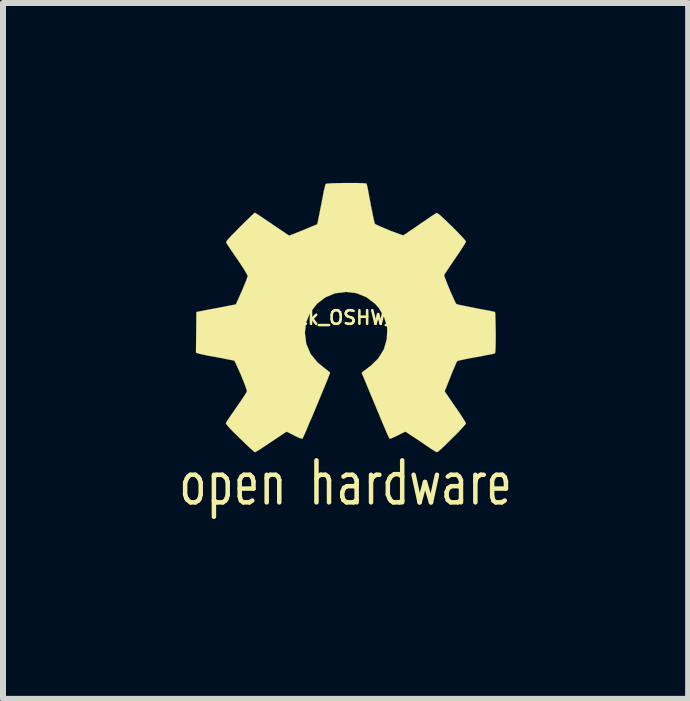
<source format=kicad_pcb>
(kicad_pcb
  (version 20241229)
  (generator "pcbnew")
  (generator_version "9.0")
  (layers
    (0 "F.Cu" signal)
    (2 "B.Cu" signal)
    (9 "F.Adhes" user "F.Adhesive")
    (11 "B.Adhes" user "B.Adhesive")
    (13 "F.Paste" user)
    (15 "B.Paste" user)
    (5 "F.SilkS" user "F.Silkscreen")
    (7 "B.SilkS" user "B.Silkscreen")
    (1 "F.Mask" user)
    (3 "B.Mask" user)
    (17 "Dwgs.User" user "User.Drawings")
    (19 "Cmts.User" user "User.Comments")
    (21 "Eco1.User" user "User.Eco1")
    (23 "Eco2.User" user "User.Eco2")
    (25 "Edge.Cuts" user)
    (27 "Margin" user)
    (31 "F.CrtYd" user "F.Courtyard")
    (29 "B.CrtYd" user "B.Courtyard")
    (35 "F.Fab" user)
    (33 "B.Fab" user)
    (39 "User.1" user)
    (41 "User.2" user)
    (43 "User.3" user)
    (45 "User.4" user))
  (footprint "logo-silk_OSHW_6x6mm"
    (layer "F.Cu")
    (at 2.717 2.247)
    (property "Reference" "logo-silk_OSHW_6x6mm" (at 0 0 0) (layer "F.SilkS") (effects (font (size 0.226 0.226) (thickness 0.043))))
    (attr through_hole)
    (fp_line (start -2.68 2.75) (end -2.68 2.95) (stroke (width 0.075) (type solid)) (layer "F.SilkS"))
    (fp_line (start -2.68 2.95) (end -2.66 3.01) (stroke (width 0.075) (type solid)) (layer "F.SilkS"))
    (fp_line (start -2.66 3.01) (end -2.64 3.04) (stroke (width 0.075) (type solid)) (layer "F.SilkS"))
    (fp_line (start -2.65 2.68) (end -2.68 2.75) (stroke (width 0.075) (type solid)) (layer "F.SilkS"))
    (fp_line (start -2.64 3.04) (end -2.59 3.08) (stroke (width 0.075) (type solid)) (layer "F.SilkS"))
    (fp_line (start -2.63 2.65) (end -2.65 2.68) (stroke (width 0.075) (type solid)) (layer "F.SilkS"))
    (fp_line (start -2.59 2.62) (end -2.63 2.65) (stroke (width 0.075) (type solid)) (layer "F.SilkS"))
    (fp_line (start -2.59 3.08) (end -2.51 3.08) (stroke (width 0.075) (type solid)) (layer "F.SilkS"))
    (fp_line (start -2.51 2.62) (end -2.59 2.62) (stroke (width 0.075) (type solid)) (layer "F.SilkS"))
    (fp_line (start -2.51 3.08) (end -2.46 3.05) (stroke (width 0.075) (type solid)) (layer "F.SilkS"))
    (fp_line (start -2.46 2.66) (end -2.51 2.62) (stroke (width 0.075) (type solid)) (layer "F.SilkS"))
    (fp_line (start -2.46 3.05) (end -2.44 3.02) (stroke (width 0.075) (type solid)) (layer "F.SilkS"))
    (fp_line (start -2.44 2.69) (end -2.46 2.66) (stroke (width 0.075) (type solid)) (layer "F.SilkS"))
    (fp_line (start -2.44 3.02) (end -2.42 2.95) (stroke (width 0.075) (type solid)) (layer "F.SilkS"))
    (fp_line (start -2.42 2.75) (end -2.44 2.69) (stroke (width 0.075) (type solid)) (layer "F.SilkS"))
    (fp_line (start -2.42 2.95) (end -2.42 2.75) (stroke (width 0.075) (type solid)) (layer "F.SilkS"))
    (fp_line (start -2.2 2.65) (end -2.16 2.62) (stroke (width 0.075) (type solid)) (layer "F.SilkS"))
    (fp_line (start -2.2 3.32) (end -2.2 2.62) (stroke (width 0.075) (type solid)) (layer "F.SilkS"))
    (fp_line (start -2.16 2.62) (end -2.06 2.62) (stroke (width 0.075) (type solid)) (layer "F.SilkS"))
    (fp_line (start -2.15 3.08) (end -2.2 3.05) (stroke (width 0.075) (type solid)) (layer "F.SilkS"))
    (fp_line (start -2.06 2.62) (end -2.02 2.65) (stroke (width 0.075) (type solid)) (layer "F.SilkS"))
    (fp_line (start -2.05 3.08) (end -2.15 3.08) (stroke (width 0.075) (type solid)) (layer "F.SilkS"))
    (fp_line (start -2.02 2.65) (end -1.99 2.68) (stroke (width 0.075) (type solid)) (layer "F.SilkS"))
    (fp_line (start -2.01 3.05) (end -2.05 3.08) (stroke (width 0.075) (type solid)) (layer "F.SilkS"))
    (fp_line (start -1.99 2.68) (end -1.97 2.74) (stroke (width 0.075) (type solid)) (layer "F.SilkS"))
    (fp_line (start -1.99 3.02) (end -2.01 3.05) (stroke (width 0.075) (type solid)) (layer "F.SilkS"))
    (fp_line (start -1.97 2.74) (end -1.97 2.96) (stroke (width 0.075) (type solid)) (layer "F.SilkS"))
    (fp_line (start -1.97 2.96) (end -1.99 3.02) (stroke (width 0.075) (type solid)) (layer "F.SilkS"))
    (fp_line (start -1.77 2.71) (end -1.77 2.98) (stroke (width 0.075) (type solid)) (layer "F.SilkS"))
    (fp_line (start -1.77 2.98) (end -1.75 3.05) (stroke (width 0.075) (type solid)) (layer "F.SilkS"))
    (fp_line (start -1.75 3.05) (end -1.71 3.08) (stroke (width 0.075) (type solid)) (layer "F.SilkS"))
    (fp_line (start -1.74 2.65) (end -1.77 2.71) (stroke (width 0.075) (type solid)) (layer "F.SilkS"))
    (fp_line (start -1.71 3.08) (end -1.61 3.08) (stroke (width 0.075) (type solid)) (layer "F.SilkS"))
    (fp_line (start -1.7 2.62) (end -1.74 2.65) (stroke (width 0.075) (type solid)) (layer "F.SilkS"))
    (fp_line (start -1.61 3.08) (end -1.56 3.05) (stroke (width 0.075) (type solid)) (layer "F.SilkS"))
    (fp_line (start -1.6 2.62) (end -1.7 2.62) (stroke (width 0.075) (type solid)) (layer "F.SilkS"))
    (fp_line (start -1.56 2.66) (end -1.6 2.62) (stroke (width 0.075) (type solid)) (layer "F.SilkS"))
    (fp_line (start -1.54 2.73) (end -1.56 2.66) (stroke (width 0.075) (type solid)) (layer "F.SilkS"))
    (fp_line (start -1.54 2.85) (end -1.77 2.85) (stroke (width 0.075) (type solid)) (layer "F.SilkS"))
    (fp_line (start -1.54 2.85) (end -1.54 2.73) (stroke (width 0.075) (type solid)) (layer "F.SilkS"))
    (fp_line (start -1.32 2.62) (end -1.32 3.08) (stroke (width 0.075) (type solid)) (layer "F.SilkS"))
    (fp_line (start -1.32 2.68) (end -1.3 2.65) (stroke (width 0.075) (type solid)) (layer "F.SilkS"))
    (fp_line (start -1.3 2.65) (end -1.26 2.62) (stroke (width 0.075) (type solid)) (layer "F.SilkS"))
    (fp_line (start -1.26 2.62) (end -1.17 2.62) (stroke (width 0.075) (type solid)) (layer "F.SilkS"))
    (fp_line (start -1.17 2.62) (end -1.13 2.65) (stroke (width 0.075) (type solid)) (layer "F.SilkS"))
    (fp_line (start -1.13 2.65) (end -1.11 2.71) (stroke (width 0.075) (type solid)) (layer "F.SilkS"))
    (fp_line (start -1.11 2.71) (end -1.11 3.08) (stroke (width 0.075) (type solid)) (layer "F.SilkS"))
    (fp_line (start -0.49 2.38) (end -0.49 3.08) (stroke (width 0.075) (type solid)) (layer "F.SilkS"))
    (fp_line (start -0.49 2.69) (end -0.47 2.65) (stroke (width 0.075) (type solid)) (layer "F.SilkS"))
    (fp_line (start -0.47 2.65) (end -0.42 2.62) (stroke (width 0.075) (type solid)) (layer "F.SilkS"))
    (fp_line (start -0.42 2.62) (end -0.34 2.62) (stroke (width 0.075) (type solid)) (layer "F.SilkS"))
    (fp_line (start -0.34 2.62) (end -0.3 2.65) (stroke (width 0.075) (type solid)) (layer "F.SilkS"))
    (fp_line (start -0.3 2.65) (end -0.28 2.71) (stroke (width 0.075) (type solid)) (layer "F.SilkS"))
    (fp_line (start -0.28 2.71) (end -0.28 3.08) (stroke (width 0.075) (type solid)) (layer "F.SilkS"))
    (fp_line (start -0.06 2.91) (end -0.06 2.98) (stroke (width 0.075) (type solid)) (layer "F.SilkS"))
    (fp_line (start -0.06 2.98) (end -0.04 3.04) (stroke (width 0.075) (type solid)) (layer "F.SilkS"))
    (fp_line (start -0.04 2.65) (end 0.01 2.62) (stroke (width 0.075) (type solid)) (layer "F.SilkS"))
    (fp_line (start -0.04 3.04) (end 0.01 3.08) (stroke (width 0.075) (type solid)) (layer "F.SilkS"))
    (fp_line (start -0.03 2.84) (end -0.06 2.91) (stroke (width 0.075) (type solid)) (layer "F.SilkS"))
    (fp_line (start 0.01 2.62) (end 0.11 2.62) (stroke (width 0.075) (type solid)) (layer "F.SilkS"))
    (fp_line (start 0.01 3.08) (end 0.13 3.08) (stroke (width 0.075) (type solid)) (layer "F.SilkS"))
    (fp_line (start 0.02 2.81) (end -0.03 2.84) (stroke (width 0.075) (type solid)) (layer "F.SilkS"))
    (fp_line (start 0.11 2.62) (end 0.15 2.65) (stroke (width 0.075) (type solid)) (layer "F.SilkS"))
    (fp_line (start 0.13 3.08) (end 0.18 3.04) (stroke (width 0.075) (type solid)) (layer "F.SilkS"))
    (fp_line (start 0.14 2.81) (end 0.02 2.81) (stroke (width 0.075) (type solid)) (layer "F.SilkS"))
    (fp_line (start 0.15 2.65) (end 0.18 2.71) (stroke (width 0.075) (type solid)) (layer "F.SilkS"))
    (fp_line (start 0.18 2.71) (end 0.18 3.08) (stroke (width 0.075) (type solid)) (layer "F.SilkS"))
    (fp_line (start 0.18 2.78) (end 0.14 2.81) (stroke (width 0.075) (type solid)) (layer "F.SilkS"))
    (fp_line (start 0.42 2.62) (end 0.42 3.08) (stroke (width 0.075) (type solid)) (layer "F.SilkS"))
    (fp_line (start 0.42 2.74) (end 0.44 2.67) (stroke (width 0.075) (type solid)) (layer "F.SilkS"))
    (fp_line (start 0.44 2.67) (end 0.46 2.65) (stroke (width 0.075) (type solid)) (layer "F.SilkS"))
    (fp_line (start 0.46 2.65) (end 0.51 2.62) (stroke (width 0.075) (type solid)) (layer "F.SilkS"))
    (fp_line (start 0.51 2.62) (end 0.56 2.62) (stroke (width 0.075) (type solid)) (layer "F.SilkS"))
    (fp_line (start 0.7 2.75) (end 0.73 2.68) (stroke (width 0.075) (type solid)) (layer "F.SilkS"))
    (fp_line (start 0.7 2.95) (end 0.7 2.75) (stroke (width 0.075) (type solid)) (layer "F.SilkS"))
    (fp_line (start 0.73 2.68) (end 0.75 2.65) (stroke (width 0.075) (type solid)) (layer "F.SilkS"))
    (fp_line (start 0.73 3.02) (end 0.7 2.95) (stroke (width 0.075) (type solid)) (layer "F.SilkS"))
    (fp_line (start 0.75 2.65) (end 0.81 2.61) (stroke (width 0.075) (type solid)) (layer "F.SilkS"))
    (fp_line (start 0.75 3.05) (end 0.73 3.02) (stroke (width 0.075) (type solid)) (layer "F.SilkS"))
    (fp_line (start 0.79 3.08) (end 0.75 3.05) (stroke (width 0.075) (type solid)) (layer "F.SilkS"))
    (fp_line (start 0.81 2.61) (end 0.88 2.61) (stroke (width 0.075) (type solid)) (layer "F.SilkS"))
    (fp_line (start 0.88 2.61) (end 0.94 2.65) (stroke (width 0.075) (type solid)) (layer "F.SilkS"))
    (fp_line (start 0.9 3.08) (end 0.79 3.08) (stroke (width 0.075) (type solid)) (layer "F.SilkS"))
    (fp_line (start 0.94 2.38) (end 0.94 3.08) (stroke (width 0.075) (type solid)) (layer "F.SilkS"))
    (fp_line (start 0.94 3.05) (end 0.9 3.08) (stroke (width 0.075) (type solid)) (layer "F.SilkS"))
    (fp_line (start 1.13 2.62) (end 1.23 3.08) (stroke (width 0.075) (type solid)) (layer "F.SilkS"))
    (fp_line (start 1.23 3.08) (end 1.32 2.74) (stroke (width 0.075) (type solid)) (layer "F.SilkS"))
    (fp_line (start 1.32 2.74) (end 1.42 3.08) (stroke (width 0.075) (type solid)) (layer "F.SilkS"))
    (fp_line (start 1.42 3.08) (end 1.52 2.62) (stroke (width 0.075) (type solid)) (layer "F.SilkS"))
    (fp_line (start 1.68 2.91) (end 1.68 2.98) (stroke (width 0.075) (type solid)) (layer "F.SilkS"))
    (fp_line (start 1.68 2.98) (end 1.7 3.04) (stroke (width 0.075) (type solid)) (layer "F.SilkS"))
    (fp_line (start 1.7 2.65) (end 1.75 2.62) (stroke (width 0.075) (type solid)) (layer "F.SilkS"))
    (fp_line (start 1.7 3.04) (end 1.75 3.08) (stroke (width 0.075) (type solid)) (layer "F.SilkS"))
    (fp_line (start 1.71 2.84) (end 1.68 2.91) (stroke (width 0.075) (type solid)) (layer "F.SilkS"))
    (fp_line (start 1.75 2.62) (end 1.85 2.62) (stroke (width 0.075) (type solid)) (layer "F.SilkS"))
    (fp_line (start 1.75 3.08) (end 1.87 3.08) (stroke (width 0.075) (type solid)) (layer "F.SilkS"))
    (fp_line (start 1.76 2.81) (end 1.71 2.84) (stroke (width 0.075) (type solid)) (layer "F.SilkS"))
    (fp_line (start 1.85 2.62) (end 1.89 2.65) (stroke (width 0.075) (type solid)) (layer "F.SilkS"))
    (fp_line (start 1.87 3.08) (end 1.92 3.04) (stroke (width 0.075) (type solid)) (layer "F.SilkS"))
    (fp_line (start 1.88 2.81) (end 1.76 2.81) (stroke (width 0.075) (type solid)) (layer "F.SilkS"))
    (fp_line (start 1.89 2.65) (end 1.92 2.71) (stroke (width 0.075) (type solid)) (layer "F.SilkS"))
    (fp_line (start 1.92 2.71) (end 1.92 3.08) (stroke (width 0.075) (type solid)) (layer "F.SilkS"))
    (fp_line (start 1.92 2.78) (end 1.88 2.81) (stroke (width 0.075) (type solid)) (layer "F.SilkS"))
    (fp_line (start 2.16 2.62) (end 2.16 3.08) (stroke (width 0.075) (type solid)) (layer "F.SilkS"))
    (fp_line (start 2.16 2.74) (end 2.18 2.67) (stroke (width 0.075) (type solid)) (layer "F.SilkS"))
    (fp_line (start 2.18 2.67) (end 2.2 2.65) (stroke (width 0.075) (type solid)) (layer "F.SilkS"))
    (fp_line (start 2.2 2.65) (end 2.25 2.62) (stroke (width 0.075) (type solid)) (layer "F.SilkS"))
    (fp_line (start 2.25 2.62) (end 2.3 2.62) (stroke (width 0.075) (type solid)) (layer "F.SilkS"))
    (fp_line (start 2.44 2.71) (end 2.44 2.98) (stroke (width 0.075) (type solid)) (layer "F.SilkS"))
    (fp_line (start 2.44 2.98) (end 2.46 3.05) (stroke (width 0.075) (type solid)) (layer "F.SilkS"))
    (fp_line (start 2.46 3.05) (end 2.5 3.08) (stroke (width 0.075) (type solid)) (layer "F.SilkS"))
    (fp_line (start 2.47 2.65) (end 2.44 2.71) (stroke (width 0.075) (type solid)) (layer "F.SilkS"))
    (fp_line (start 2.5 3.08) (end 2.6 3.08) (stroke (width 0.075) (type solid)) (layer "F.SilkS"))
    (fp_line (start 2.51 2.62) (end 2.47 2.65) (stroke (width 0.075) (type solid)) (layer "F.SilkS"))
    (fp_line (start 2.6 3.08) (end 2.65 3.05) (stroke (width 0.075) (type solid)) (layer "F.SilkS"))
    (fp_line (start 2.61 2.62) (end 2.51 2.62) (stroke (width 0.075) (type solid)) (layer "F.SilkS"))
    (fp_line (start 2.65 2.66) (end 2.61 2.62) (stroke (width 0.075) (type solid)) (layer "F.SilkS"))
    (fp_line (start 2.67 2.73) (end 2.65 2.66) (stroke (width 0.075) (type solid)) (layer "F.SilkS"))
    (fp_line (start 2.67 2.85) (end 2.44 2.85) (stroke (width 0.075) (type solid)) (layer "F.SilkS"))
    (fp_line (start 2.67 2.85) (end 2.67 2.73) (stroke (width 0.075) (type solid)) (layer "F.SilkS"))
    (fp_poly (pts (xy -1.514 2.245) (xy -1.488 2.23) (xy -1.43 2.195) (xy -1.346 2.139) (xy -1.247 2.073) (xy -1.148 2.007) (xy -1.067 1.953) (xy -1.011 1.915) (xy -0.986 1.902) (xy -0.973 1.908) (xy -0.927 1.93) (xy -0.859 1.966) (xy -0.818 1.986) (xy -0.757 2.012) (xy -0.724 2.019) (xy -0.719 2.009) (xy -0.696 1.961) (xy -0.66 1.88) (xy -0.615 1.77) (xy -0.559 1.643) (xy -0.503 1.509) (xy -0.445 1.369) (xy -0.389 1.234) (xy -0.34 1.115) (xy -0.3 1.019) (xy -0.274 0.95) (xy -0.264 0.922) (xy -0.267 0.914) (xy -0.3 0.884) (xy -0.353 0.843) (xy -0.472 0.747) (xy -0.589 0.602) (xy -0.66 0.437) (xy -0.683 0.251) (xy -0.663 0.081) (xy -0.597 -0.081) (xy -0.483 -0.229) (xy -0.343 -0.338) (xy -0.18 -0.406) (xy 0 -0.429) (xy 0.173 -0.409) (xy 0.34 -0.343) (xy 0.488 -0.231) (xy 0.551 -0.16) (xy 0.638 -0.01) (xy 0.686 0.147) (xy 0.691 0.188) (xy 0.683 0.363) (xy 0.632 0.533) (xy 0.538 0.683) (xy 0.409 0.808) (xy 0.394 0.818) (xy 0.335 0.864) (xy 0.295 0.894) (xy 0.264 0.919) (xy 0.488 1.458) (xy 0.523 1.542) (xy 0.584 1.689) (xy 0.638 1.816) (xy 0.681 1.918) (xy 0.711 1.984) (xy 0.724 2.012) (xy 0.724 2.014) (xy 0.744 2.017) (xy 0.785 2.002) (xy 0.861 1.966) (xy 0.909 1.941) (xy 0.968 1.913) (xy 0.993 1.902) (xy 1.016 1.915) (xy 1.069 1.951) (xy 1.151 2.004) (xy 1.247 2.068) (xy 1.339 2.131) (xy 1.422 2.187) (xy 1.483 2.225) (xy 1.514 2.243) (xy 1.519 2.243) (xy 1.544 2.228) (xy 1.593 2.187) (xy 1.666 2.118) (xy 1.77 2.014) (xy 1.786 1.999) (xy 1.872 1.913) (xy 1.941 1.839) (xy 1.986 1.788) (xy 2.004 1.765) (xy 1.989 1.735) (xy 1.951 1.674) (xy 1.895 1.587) (xy 1.826 1.488) (xy 1.648 1.229) (xy 1.745 0.986) (xy 1.775 0.909) (xy 1.814 0.82) (xy 1.841 0.754) (xy 1.857 0.726) (xy 1.882 0.716) (xy 1.951 0.701) (xy 2.047 0.681) (xy 2.162 0.66) (xy 2.273 0.64) (xy 2.372 0.62) (xy 2.443 0.607) (xy 2.477 0.599) (xy 2.484 0.594) (xy 2.492 0.579) (xy 2.494 0.546) (xy 2.497 0.485) (xy 2.499 0.391) (xy 2.499 0.251) (xy 2.499 0.236) (xy 2.497 0.107) (xy 2.494 0) (xy 2.492 -0.066) (xy 2.487 -0.094) (xy 2.456 -0.102) (xy 2.385 -0.117) (xy 2.286 -0.135) (xy 2.167 -0.157) (xy 2.159 -0.16) (xy 2.042 -0.183) (xy 1.943 -0.203) (xy 1.872 -0.218) (xy 1.844 -0.229) (xy 1.836 -0.236) (xy 1.814 -0.282) (xy 1.781 -0.356) (xy 1.74 -0.445) (xy 1.702 -0.538) (xy 1.669 -0.622) (xy 1.646 -0.683) (xy 1.638 -0.711) (xy 1.641 -0.714) (xy 1.659 -0.742) (xy 1.699 -0.803) (xy 1.755 -0.886) (xy 1.824 -0.988) (xy 1.829 -0.996) (xy 1.897 -1.095) (xy 1.953 -1.181) (xy 1.989 -1.24) (xy 2.004 -1.267) (xy 2.004 -1.27) (xy 1.981 -1.3) (xy 1.93 -1.356) (xy 1.857 -1.433) (xy 1.77 -1.521) (xy 1.742 -1.547) (xy 1.643 -1.643) (xy 1.577 -1.704) (xy 1.534 -1.737) (xy 1.514 -1.745) (xy 1.483 -1.727) (xy 1.42 -1.687) (xy 1.336 -1.628) (xy 1.234 -1.56) (xy 1.227 -1.554) (xy 1.128 -1.486) (xy 1.044 -1.43) (xy 0.986 -1.389) (xy 0.958 -1.374) (xy 0.955 -1.374) (xy 0.914 -1.387) (xy 0.843 -1.412) (xy 0.754 -1.445) (xy 0.663 -1.483) (xy 0.579 -1.519) (xy 0.516 -1.547) (xy 0.485 -1.565) (xy 0.475 -1.6) (xy 0.457 -1.676) (xy 0.437 -1.778) (xy 0.411 -1.9) (xy 0.409 -1.92) (xy 0.386 -2.04) (xy 0.368 -2.139) (xy 0.353 -2.207) (xy 0.345 -2.235) (xy 0.33 -2.238) (xy 0.272 -2.243) (xy 0.183 -2.245) (xy 0.074 -2.245) (xy -0.038 -2.245) (xy -0.147 -2.243) (xy -0.241 -2.24) (xy -0.31 -2.235) (xy -0.338 -2.23) (xy -0.338 -2.228) (xy -0.348 -2.189) (xy -0.366 -2.116) (xy -0.386 -2.012) (xy -0.409 -1.89) (xy -0.414 -1.867) (xy -0.437 -1.75) (xy -0.457 -1.651) (xy -0.47 -1.585) (xy -0.478 -1.557) (xy -0.49 -1.552) (xy -0.538 -1.532) (xy -0.617 -1.499) (xy -0.716 -1.458) (xy -0.945 -1.367) (xy -1.227 -1.557) (xy -1.252 -1.575) (xy -1.354 -1.643) (xy -1.435 -1.699) (xy -1.494 -1.737) (xy -1.516 -1.75) (xy -1.519 -1.75) (xy -1.547 -1.725) (xy -1.603 -1.671) (xy -1.679 -1.598) (xy -1.768 -1.511) (xy -1.831 -1.445) (xy -1.91 -1.367) (xy -1.958 -1.313) (xy -1.986 -1.28) (xy -1.994 -1.26) (xy -1.991 -1.245) (xy -1.974 -1.217) (xy -1.933 -1.156) (xy -1.875 -1.069) (xy -1.806 -0.97) (xy -1.75 -0.886) (xy -1.689 -0.792) (xy -1.651 -0.726) (xy -1.636 -0.693) (xy -1.641 -0.681) (xy -1.659 -0.625) (xy -1.694 -0.541) (xy -1.735 -0.442) (xy -1.834 -0.221) (xy -1.979 -0.193) (xy -2.068 -0.175) (xy -2.189 -0.152) (xy -2.309 -0.13) (xy -2.492 -0.094) (xy -2.499 0.582) (xy -2.471 0.594) (xy -2.443 0.602) (xy -2.375 0.617) (xy -2.278 0.638) (xy -2.162 0.658) (xy -2.065 0.676) (xy -1.966 0.696) (xy -1.895 0.709) (xy -1.864 0.716) (xy -1.854 0.726) (xy -1.831 0.775) (xy -1.796 0.851) (xy -1.755 0.942) (xy -1.717 1.036) (xy -1.681 1.125) (xy -1.659 1.191) (xy -1.648 1.224) (xy -1.661 1.252) (xy -1.699 1.311) (xy -1.753 1.392) (xy -1.821 1.491) (xy -1.887 1.587) (xy -1.946 1.671) (xy -1.984 1.732) (xy -2.002 1.76) (xy -1.991 1.778) (xy -1.953 1.826) (xy -1.88 1.902) (xy -1.768 2.012) (xy -1.75 2.029) (xy -1.664 2.113) (xy -1.59 2.182) (xy -1.537 2.228) (xy -1.514 2.245)) (stroke (width 0.003) (type solid)) (fill yes) (layer "F.SilkS")))
  (gr_rect
    (start -3 -3)
    (end 8.425 8.604)
    (stroke (width 0.1) (type default))
    (fill no)
    (layer "Edge.Cuts")))
</source>
